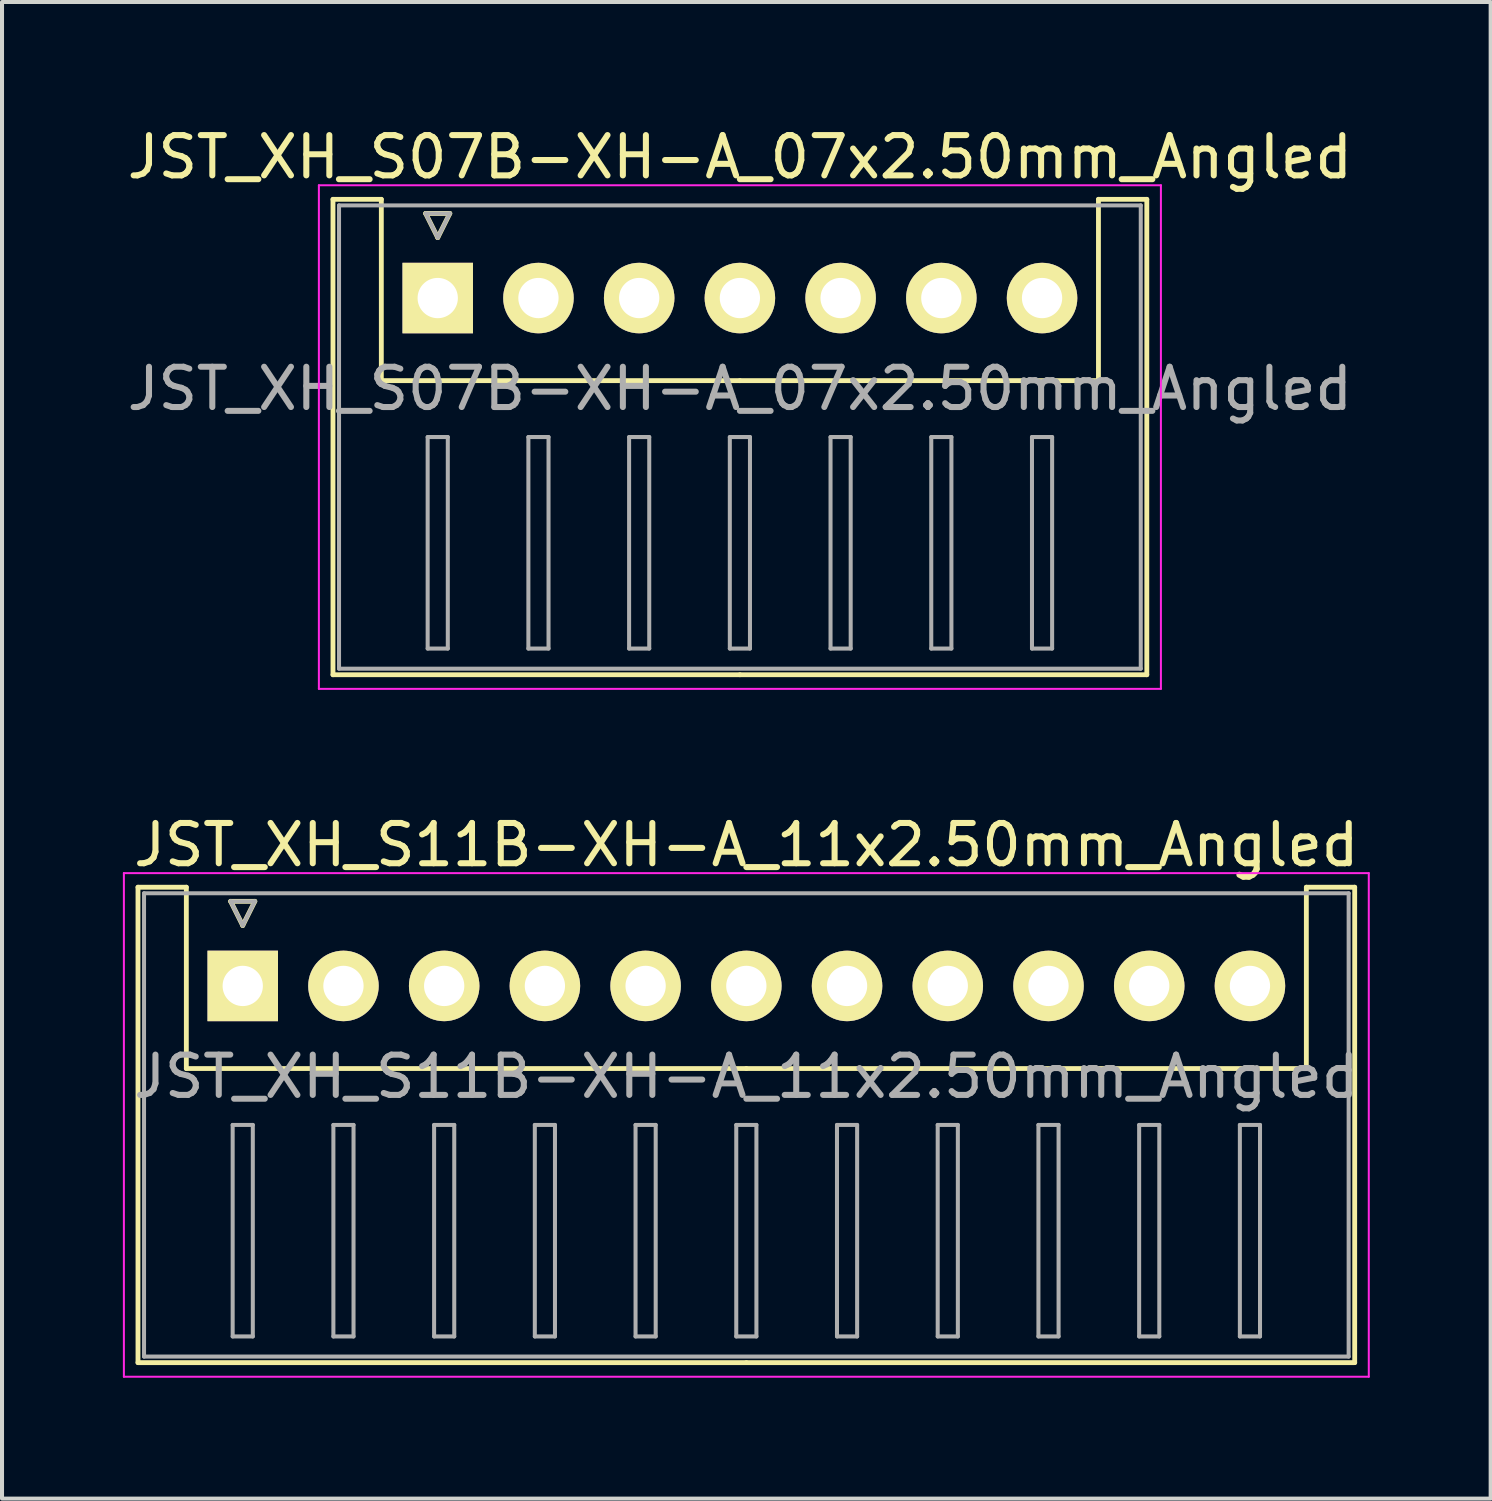
<source format=kicad_pcb>
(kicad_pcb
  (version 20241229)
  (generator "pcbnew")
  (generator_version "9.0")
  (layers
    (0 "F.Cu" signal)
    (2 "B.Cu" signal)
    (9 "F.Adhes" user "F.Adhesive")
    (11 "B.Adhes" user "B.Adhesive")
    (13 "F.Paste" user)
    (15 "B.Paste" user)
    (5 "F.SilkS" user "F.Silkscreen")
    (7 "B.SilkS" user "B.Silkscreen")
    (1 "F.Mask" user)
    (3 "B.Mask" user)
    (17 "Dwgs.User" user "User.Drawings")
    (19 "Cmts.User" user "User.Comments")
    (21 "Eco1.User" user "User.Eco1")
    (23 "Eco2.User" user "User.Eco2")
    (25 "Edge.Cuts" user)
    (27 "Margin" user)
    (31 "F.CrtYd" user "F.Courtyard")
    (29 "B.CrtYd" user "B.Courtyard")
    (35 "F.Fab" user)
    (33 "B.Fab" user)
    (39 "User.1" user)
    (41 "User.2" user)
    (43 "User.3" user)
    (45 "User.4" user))
  (footprint "JST_XH_S11B-XH-A_11x2.50mm_Angled"
    (layer "F.Cu")
    (at 2.975 21.422)
    (property "Reference" "JST_XH_S11B-XH-A_11x2.50mm_Angled" (at 12.5 -3.5 0) (layer "F.SilkS") (effects (font (size 1 1) (thickness 0.15))))
    (attr through_hole)
    (fp_line (start -2.6 -2.45) (end -1.4 -2.45) (stroke (width 0.12) (type solid)) (layer "F.SilkS"))
    (fp_line (start -2.6 9.35) (end -2.6 -2.45) (stroke (width 0.12) (type solid)) (layer "F.SilkS"))
    (fp_line (start -1.4 -2.45) (end -1.4 2.05) (stroke (width 0.12) (type solid)) (layer "F.SilkS"))
    (fp_line (start -1.4 2.05) (end 12.5 2.05) (stroke (width 0.12) (type solid)) (layer "F.SilkS"))
    (fp_line (start -0.3 -2.1) (end 0.3 -2.1) (stroke (width 0.12) (type solid)) (layer "F.SilkS"))
    (fp_line (start 0 -1.5) (end -0.3 -2.1) (stroke (width 0.12) (type solid)) (layer "F.SilkS"))
    (fp_line (start 0.3 -2.1) (end 0 -1.5) (stroke (width 0.12) (type solid)) (layer "F.SilkS"))
    (fp_line (start 12.5 9.35) (end -2.6 9.35) (stroke (width 0.12) (type solid)) (layer "F.SilkS"))
    (fp_line (start 12.5 9.35) (end 27.6 9.35) (stroke (width 0.12) (type solid)) (layer "F.SilkS"))
    (fp_line (start 26.4 -2.45) (end 26.4 2.05) (stroke (width 0.12) (type solid)) (layer "F.SilkS"))
    (fp_line (start 26.4 2.05) (end 12.5 2.05) (stroke (width 0.12) (type solid)) (layer "F.SilkS"))
    (fp_line (start 27.6 -2.45) (end 26.4 -2.45) (stroke (width 0.12) (type solid)) (layer "F.SilkS"))
    (fp_line (start 27.6 9.35) (end 27.6 -2.45) (stroke (width 0.12) (type solid)) (layer "F.SilkS"))
    (fp_line (start -2.95 -2.8) (end -2.95 9.7) (stroke (width 0.05) (type solid)) (layer "F.CrtYd"))
    (fp_line (start -2.95 9.7) (end 27.95 9.7) (stroke (width 0.05) (type solid)) (layer "F.CrtYd"))
    (fp_line (start 27.95 -2.8) (end -2.95 -2.8) (stroke (width 0.05) (type solid)) (layer "F.CrtYd"))
    (fp_line (start 27.95 9.7) (end 27.95 -2.8) (stroke (width 0.05) (type solid)) (layer "F.CrtYd"))
    (fp_line (start -2.45 -2.3) (end -2.45 9.2) (stroke (width 0.1) (type solid)) (layer "F.Fab"))
    (fp_line (start -2.45 9.2) (end 27.45 9.2) (stroke (width 0.1) (type solid)) (layer "F.Fab"))
    (fp_line (start -0.3 -2.1) (end 0.3 -2.1) (stroke (width 0.1) (type solid)) (layer "F.Fab"))
    (fp_line (start -0.25 3.45) (end -0.25 8.7) (stroke (width 0.1) (type solid)) (layer "F.Fab"))
    (fp_line (start -0.25 8.7) (end 0.25 8.7) (stroke (width 0.1) (type solid)) (layer "F.Fab"))
    (fp_line (start 0 -1.5) (end -0.3 -2.1) (stroke (width 0.1) (type solid)) (layer "F.Fab"))
    (fp_line (start 0.25 3.45) (end -0.25 3.45) (stroke (width 0.1) (type solid)) (layer "F.Fab"))
    (fp_line (start 0.25 8.7) (end 0.25 3.45) (stroke (width 0.1) (type solid)) (layer "F.Fab"))
    (fp_line (start 0.3 -2.1) (end 0 -1.5) (stroke (width 0.1) (type solid)) (layer "F.Fab"))
    (fp_line (start 2.25 3.45) (end 2.25 8.7) (stroke (width 0.1) (type solid)) (layer "F.Fab"))
    (fp_line (start 2.25 8.7) (end 2.75 8.7) (stroke (width 0.1) (type solid)) (layer "F.Fab"))
    (fp_line (start 2.75 3.45) (end 2.25 3.45) (stroke (width 0.1) (type solid)) (layer "F.Fab"))
    (fp_line (start 2.75 8.7) (end 2.75 3.45) (stroke (width 0.1) (type solid)) (layer "F.Fab"))
    (fp_line (start 4.75 3.45) (end 4.75 8.7) (stroke (width 0.1) (type solid)) (layer "F.Fab"))
    (fp_line (start 4.75 8.7) (end 5.25 8.7) (stroke (width 0.1) (type solid)) (layer "F.Fab"))
    (fp_line (start 5.25 3.45) (end 4.75 3.45) (stroke (width 0.1) (type solid)) (layer "F.Fab"))
    (fp_line (start 5.25 8.7) (end 5.25 3.45) (stroke (width 0.1) (type solid)) (layer "F.Fab"))
    (fp_line (start 7.25 3.45) (end 7.25 8.7) (stroke (width 0.1) (type solid)) (layer "F.Fab"))
    (fp_line (start 7.25 8.7) (end 7.75 8.7) (stroke (width 0.1) (type solid)) (layer "F.Fab"))
    (fp_line (start 7.75 3.45) (end 7.25 3.45) (stroke (width 0.1) (type solid)) (layer "F.Fab"))
    (fp_line (start 7.75 8.7) (end 7.75 3.45) (stroke (width 0.1) (type solid)) (layer "F.Fab"))
    (fp_line (start 9.75 3.45) (end 9.75 8.7) (stroke (width 0.1) (type solid)) (layer "F.Fab"))
    (fp_line (start 9.75 8.7) (end 10.25 8.7) (stroke (width 0.1) (type solid)) (layer "F.Fab"))
    (fp_line (start 10.25 3.45) (end 9.75 3.45) (stroke (width 0.1) (type solid)) (layer "F.Fab"))
    (fp_line (start 10.25 8.7) (end 10.25 3.45) (stroke (width 0.1) (type solid)) (layer "F.Fab"))
    (fp_line (start 12.25 3.45) (end 12.25 8.7) (stroke (width 0.1) (type solid)) (layer "F.Fab"))
    (fp_line (start 12.25 8.7) (end 12.75 8.7) (stroke (width 0.1) (type solid)) (layer "F.Fab"))
    (fp_line (start 12.75 3.45) (end 12.25 3.45) (stroke (width 0.1) (type solid)) (layer "F.Fab"))
    (fp_line (start 12.75 8.7) (end 12.75 3.45) (stroke (width 0.1) (type solid)) (layer "F.Fab"))
    (fp_line (start 14.75 3.45) (end 14.75 8.7) (stroke (width 0.1) (type solid)) (layer "F.Fab"))
    (fp_line (start 14.75 8.7) (end 15.25 8.7) (stroke (width 0.1) (type solid)) (layer "F.Fab"))
    (fp_line (start 15.25 3.45) (end 14.75 3.45) (stroke (width 0.1) (type solid)) (layer "F.Fab"))
    (fp_line (start 15.25 8.7) (end 15.25 3.45) (stroke (width 0.1) (type solid)) (layer "F.Fab"))
    (fp_line (start 17.25 3.45) (end 17.25 8.7) (stroke (width 0.1) (type solid)) (layer "F.Fab"))
    (fp_line (start 17.25 8.7) (end 17.75 8.7) (stroke (width 0.1) (type solid)) (layer "F.Fab"))
    (fp_line (start 17.75 3.45) (end 17.25 3.45) (stroke (width 0.1) (type solid)) (layer "F.Fab"))
    (fp_line (start 17.75 8.7) (end 17.75 3.45) (stroke (width 0.1) (type solid)) (layer "F.Fab"))
    (fp_line (start 19.75 3.45) (end 19.75 8.7) (stroke (width 0.1) (type solid)) (layer "F.Fab"))
    (fp_line (start 19.75 8.7) (end 20.25 8.7) (stroke (width 0.1) (type solid)) (layer "F.Fab"))
    (fp_line (start 20.25 3.45) (end 19.75 3.45) (stroke (width 0.1) (type solid)) (layer "F.Fab"))
    (fp_line (start 20.25 8.7) (end 20.25 3.45) (stroke (width 0.1) (type solid)) (layer "F.Fab"))
    (fp_line (start 22.25 3.45) (end 22.25 8.7) (stroke (width 0.1) (type solid)) (layer "F.Fab"))
    (fp_line (start 22.25 8.7) (end 22.75 8.7) (stroke (width 0.1) (type solid)) (layer "F.Fab"))
    (fp_line (start 22.75 3.45) (end 22.25 3.45) (stroke (width 0.1) (type solid)) (layer "F.Fab"))
    (fp_line (start 22.75 8.7) (end 22.75 3.45) (stroke (width 0.1) (type solid)) (layer "F.Fab"))
    (fp_line (start 24.75 3.45) (end 24.75 8.7) (stroke (width 0.1) (type solid)) (layer "F.Fab"))
    (fp_line (start 24.75 8.7) (end 25.25 8.7) (stroke (width 0.1) (type solid)) (layer "F.Fab"))
    (fp_line (start 25.25 3.45) (end 24.75 3.45) (stroke (width 0.1) (type solid)) (layer "F.Fab"))
    (fp_line (start 25.25 8.7) (end 25.25 3.45) (stroke (width 0.1) (type solid)) (layer "F.Fab"))
    (fp_line (start 27.45 -2.3) (end -2.45 -2.3) (stroke (width 0.1) (type solid)) (layer "F.Fab"))
    (fp_line (start 27.45 9.2) (end 27.45 -2.3) (stroke (width 0.1) (type solid)) (layer "F.Fab"))
    (fp_text user "${REFERENCE}" (at 12.5 2.25 0) (layer "F.Fab") (effects (font (size 1 1) (thickness 0.15))))
    (pad "1" thru_hole rect (at 0 0) (size 1.75 1.75) (drill 1) (layers "*.Cu" "*.Mask" "F.SilkS"))
    (pad "2" thru_hole circle (at 2.5 0) (size 1.75 1.75) (drill 1) (layers "*.Cu" "*.Mask" "F.SilkS"))
    (pad "3" thru_hole circle (at 5 0) (size 1.75 1.75) (drill 1) (layers "*.Cu" "*.Mask" "F.SilkS"))
    (pad "4" thru_hole circle (at 7.5 0) (size 1.75 1.75) (drill 1) (layers "*.Cu" "*.Mask" "F.SilkS"))
    (pad "5" thru_hole circle (at 10 0) (size 1.75 1.75) (drill 1) (layers "*.Cu" "*.Mask" "F.SilkS"))
    (pad "6" thru_hole circle (at 12.5 0) (size 1.75 1.75) (drill 1) (layers "*.Cu" "*.Mask" "F.SilkS"))
    (pad "7" thru_hole circle (at 15 0) (size 1.75 1.75) (drill 1) (layers "*.Cu" "*.Mask" "F.SilkS"))
    (pad "8" thru_hole circle (at 17.5 0) (size 1.75 1.75) (drill 1) (layers "*.Cu" "*.Mask" "F.SilkS"))
    (pad "9" thru_hole circle (at 20 0) (size 1.75 1.75) (drill 1) (layers "*.Cu" "*.Mask" "F.SilkS"))
    (pad "10" thru_hole circle (at 22.5 0) (size 1.75 1.75) (drill 1) (layers "*.Cu" "*.Mask" "F.SilkS"))
    (pad "11" thru_hole circle (at 25 0) (size 1.75 1.75) (drill 1) (layers "*.Cu" "*.Mask" "F.SilkS")))
  (footprint "JST_XH_S07B-XH-A_07x2.50mm_Angled"
    (layer "F.Cu")
    (at 7.815 4.348)
    (property "Reference" "JST_XH_S07B-XH-A_07x2.50mm_Angled" (at 7.5 -3.5 0) (layer "F.SilkS") (effects (font (size 1 1) (thickness 0.15))))
    (attr through_hole)
    (fp_line (start -2.6 -2.45) (end -1.4 -2.45) (stroke (width 0.12) (type solid)) (layer "F.SilkS"))
    (fp_line (start -2.6 9.35) (end -2.6 -2.45) (stroke (width 0.12) (type solid)) (layer "F.SilkS"))
    (fp_line (start -1.4 -2.45) (end -1.4 2.05) (stroke (width 0.12) (type solid)) (layer "F.SilkS"))
    (fp_line (start -1.4 2.05) (end 7.5 2.05) (stroke (width 0.12) (type solid)) (layer "F.SilkS"))
    (fp_line (start -0.3 -2.1) (end 0.3 -2.1) (stroke (width 0.12) (type solid)) (layer "F.SilkS"))
    (fp_line (start 0 -1.5) (end -0.3 -2.1) (stroke (width 0.12) (type solid)) (layer "F.SilkS"))
    (fp_line (start 0.3 -2.1) (end 0 -1.5) (stroke (width 0.12) (type solid)) (layer "F.SilkS"))
    (fp_line (start 7.5 9.35) (end -2.6 9.35) (stroke (width 0.12) (type solid)) (layer "F.SilkS"))
    (fp_line (start 7.5 9.35) (end 17.6 9.35) (stroke (width 0.12) (type solid)) (layer "F.SilkS"))
    (fp_line (start 16.4 -2.45) (end 16.4 2.05) (stroke (width 0.12) (type solid)) (layer "F.SilkS"))
    (fp_line (start 16.4 2.05) (end 7.5 2.05) (stroke (width 0.12) (type solid)) (layer "F.SilkS"))
    (fp_line (start 17.6 -2.45) (end 16.4 -2.45) (stroke (width 0.12) (type solid)) (layer "F.SilkS"))
    (fp_line (start 17.6 9.35) (end 17.6 -2.45) (stroke (width 0.12) (type solid)) (layer "F.SilkS"))
    (fp_line (start -2.95 -2.8) (end -2.95 9.7) (stroke (width 0.05) (type solid)) (layer "F.CrtYd"))
    (fp_line (start -2.95 9.7) (end 17.95 9.7) (stroke (width 0.05) (type solid)) (layer "F.CrtYd"))
    (fp_line (start 17.95 -2.8) (end -2.95 -2.8) (stroke (width 0.05) (type solid)) (layer "F.CrtYd"))
    (fp_line (start 17.95 9.7) (end 17.95 -2.8) (stroke (width 0.05) (type solid)) (layer "F.CrtYd"))
    (fp_line (start -2.45 -2.3) (end -2.45 9.2) (stroke (width 0.1) (type solid)) (layer "F.Fab"))
    (fp_line (start -2.45 9.2) (end 17.45 9.2) (stroke (width 0.1) (type solid)) (layer "F.Fab"))
    (fp_line (start -0.3 -2.1) (end 0.3 -2.1) (stroke (width 0.1) (type solid)) (layer "F.Fab"))
    (fp_line (start -0.25 3.45) (end -0.25 8.7) (stroke (width 0.1) (type solid)) (layer "F.Fab"))
    (fp_line (start -0.25 8.7) (end 0.25 8.7) (stroke (width 0.1) (type solid)) (layer "F.Fab"))
    (fp_line (start 0 -1.5) (end -0.3 -2.1) (stroke (width 0.1) (type solid)) (layer "F.Fab"))
    (fp_line (start 0.25 3.45) (end -0.25 3.45) (stroke (width 0.1) (type solid)) (layer "F.Fab"))
    (fp_line (start 0.25 8.7) (end 0.25 3.45) (stroke (width 0.1) (type solid)) (layer "F.Fab"))
    (fp_line (start 0.3 -2.1) (end 0 -1.5) (stroke (width 0.1) (type solid)) (layer "F.Fab"))
    (fp_line (start 2.25 3.45) (end 2.25 8.7) (stroke (width 0.1) (type solid)) (layer "F.Fab"))
    (fp_line (start 2.25 8.7) (end 2.75 8.7) (stroke (width 0.1) (type solid)) (layer "F.Fab"))
    (fp_line (start 2.75 3.45) (end 2.25 3.45) (stroke (width 0.1) (type solid)) (layer "F.Fab"))
    (fp_line (start 2.75 8.7) (end 2.75 3.45) (stroke (width 0.1) (type solid)) (layer "F.Fab"))
    (fp_line (start 4.75 3.45) (end 4.75 8.7) (stroke (width 0.1) (type solid)) (layer "F.Fab"))
    (fp_line (start 4.75 8.7) (end 5.25 8.7) (stroke (width 0.1) (type solid)) (layer "F.Fab"))
    (fp_line (start 5.25 3.45) (end 4.75 3.45) (stroke (width 0.1) (type solid)) (layer "F.Fab"))
    (fp_line (start 5.25 8.7) (end 5.25 3.45) (stroke (width 0.1) (type solid)) (layer "F.Fab"))
    (fp_line (start 7.25 3.45) (end 7.25 8.7) (stroke (width 0.1) (type solid)) (layer "F.Fab"))
    (fp_line (start 7.25 8.7) (end 7.75 8.7) (stroke (width 0.1) (type solid)) (layer "F.Fab"))
    (fp_line (start 7.75 3.45) (end 7.25 3.45) (stroke (width 0.1) (type solid)) (layer "F.Fab"))
    (fp_line (start 7.75 8.7) (end 7.75 3.45) (stroke (width 0.1) (type solid)) (layer "F.Fab"))
    (fp_line (start 9.75 3.45) (end 9.75 8.7) (stroke (width 0.1) (type solid)) (layer "F.Fab"))
    (fp_line (start 9.75 8.7) (end 10.25 8.7) (stroke (width 0.1) (type solid)) (layer "F.Fab"))
    (fp_line (start 10.25 3.45) (end 9.75 3.45) (stroke (width 0.1) (type solid)) (layer "F.Fab"))
    (fp_line (start 10.25 8.7) (end 10.25 3.45) (stroke (width 0.1) (type solid)) (layer "F.Fab"))
    (fp_line (start 12.25 3.45) (end 12.25 8.7) (stroke (width 0.1) (type solid)) (layer "F.Fab"))
    (fp_line (start 12.25 8.7) (end 12.75 8.7) (stroke (width 0.1) (type solid)) (layer "F.Fab"))
    (fp_line (start 12.75 3.45) (end 12.25 3.45) (stroke (width 0.1) (type solid)) (layer "F.Fab"))
    (fp_line (start 12.75 8.7) (end 12.75 3.45) (stroke (width 0.1) (type solid)) (layer "F.Fab"))
    (fp_line (start 14.75 3.45) (end 14.75 8.7) (stroke (width 0.1) (type solid)) (layer "F.Fab"))
    (fp_line (start 14.75 8.7) (end 15.25 8.7) (stroke (width 0.1) (type solid)) (layer "F.Fab"))
    (fp_line (start 15.25 3.45) (end 14.75 3.45) (stroke (width 0.1) (type solid)) (layer "F.Fab"))
    (fp_line (start 15.25 8.7) (end 15.25 3.45) (stroke (width 0.1) (type solid)) (layer "F.Fab"))
    (fp_line (start 17.45 -2.3) (end -2.45 -2.3) (stroke (width 0.1) (type solid)) (layer "F.Fab"))
    (fp_line (start 17.45 9.2) (end 17.45 -2.3) (stroke (width 0.1) (type solid)) (layer "F.Fab"))
    (fp_text user "${REFERENCE}" (at 7.5 2.25 0) (layer "F.Fab") (effects (font (size 1 1) (thickness 0.15))))
    (pad "1" thru_hole rect (at 0 0) (size 1.75 1.75) (drill 1) (layers "*.Cu" "*.Mask" "F.SilkS"))
    (pad "2" thru_hole circle (at 2.5 0) (size 1.75 1.75) (drill 1) (layers "*.Cu" "*.Mask" "F.SilkS"))
    (pad "3" thru_hole circle (at 5 0) (size 1.75 1.75) (drill 1) (layers "*.Cu" "*.Mask" "F.SilkS"))
    (pad "4" thru_hole circle (at 7.5 0) (size 1.75 1.75) (drill 1) (layers "*.Cu" "*.Mask" "F.SilkS"))
    (pad "5" thru_hole circle (at 10 0) (size 1.75 1.75) (drill 1) (layers "*.Cu" "*.Mask" "F.SilkS"))
    (pad "6" thru_hole circle (at 12.5 0) (size 1.75 1.75) (drill 1) (layers "*.Cu" "*.Mask" "F.SilkS"))
    (pad "7" thru_hole circle (at 15 0) (size 1.75 1.75) (drill 1) (layers "*.Cu" "*.Mask" "F.SilkS")))
  (gr_rect
    (start -3 -3)
    (end 33.95 34.147)
    (stroke (width 0.1) (type default))
    (fill no)
    (layer "Edge.Cuts")))
</source>
